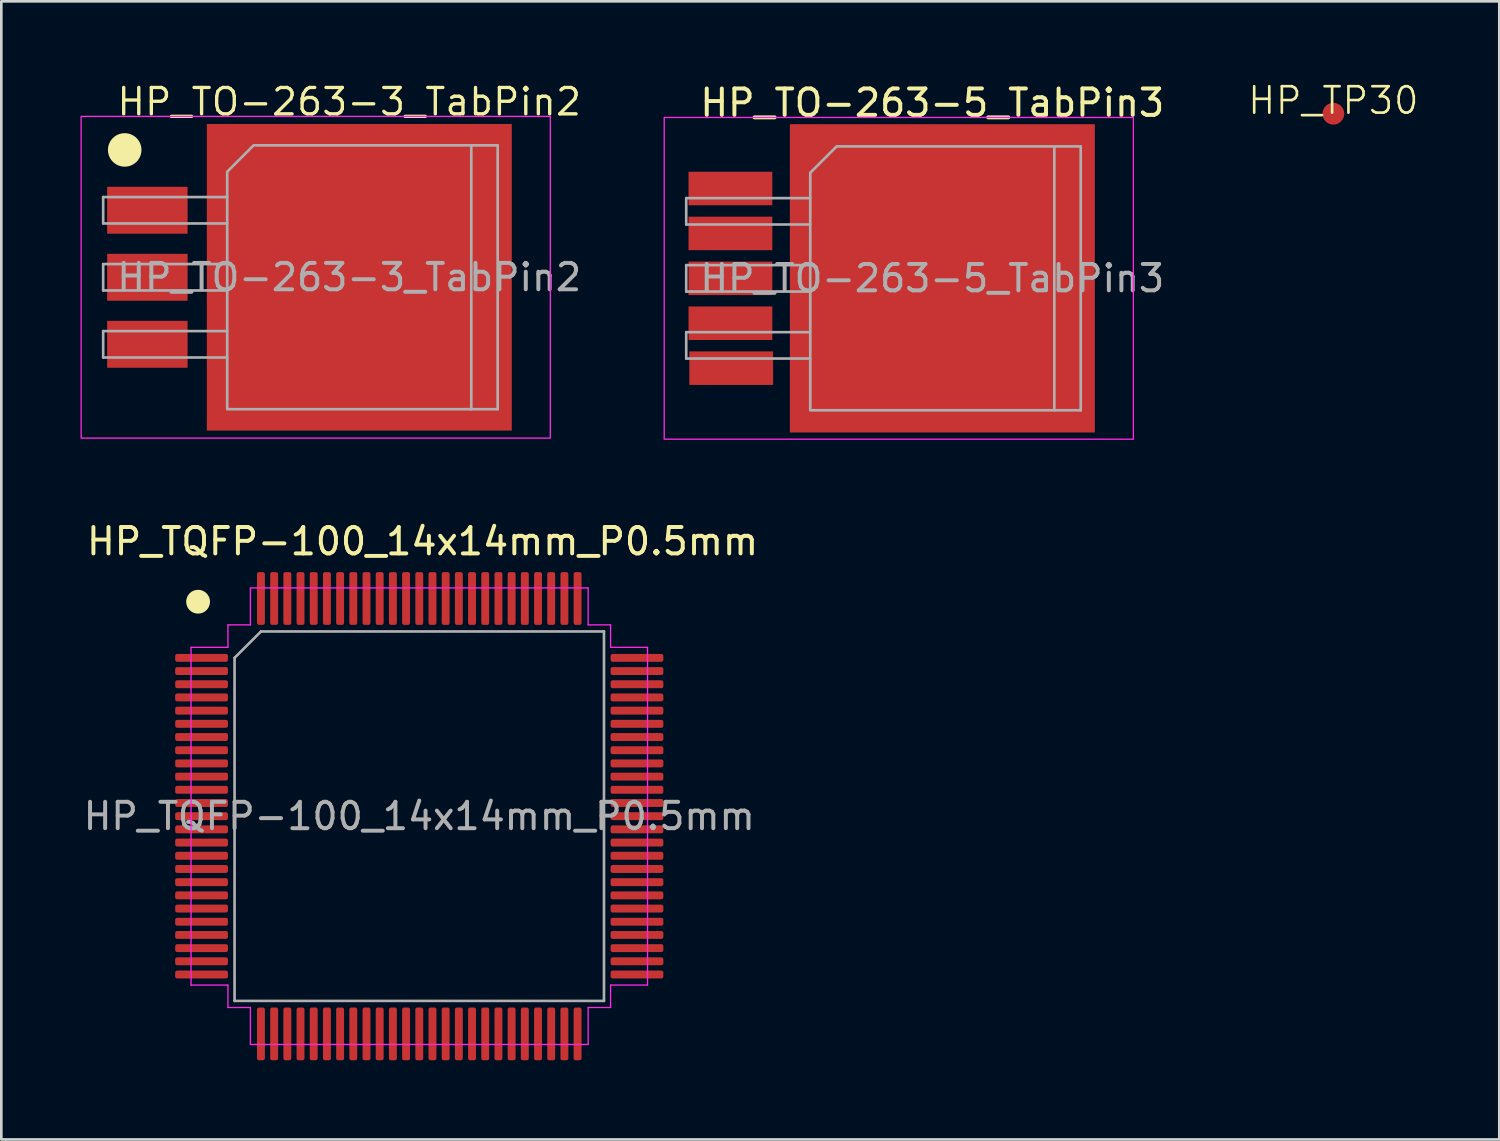
<source format=kicad_pcb>
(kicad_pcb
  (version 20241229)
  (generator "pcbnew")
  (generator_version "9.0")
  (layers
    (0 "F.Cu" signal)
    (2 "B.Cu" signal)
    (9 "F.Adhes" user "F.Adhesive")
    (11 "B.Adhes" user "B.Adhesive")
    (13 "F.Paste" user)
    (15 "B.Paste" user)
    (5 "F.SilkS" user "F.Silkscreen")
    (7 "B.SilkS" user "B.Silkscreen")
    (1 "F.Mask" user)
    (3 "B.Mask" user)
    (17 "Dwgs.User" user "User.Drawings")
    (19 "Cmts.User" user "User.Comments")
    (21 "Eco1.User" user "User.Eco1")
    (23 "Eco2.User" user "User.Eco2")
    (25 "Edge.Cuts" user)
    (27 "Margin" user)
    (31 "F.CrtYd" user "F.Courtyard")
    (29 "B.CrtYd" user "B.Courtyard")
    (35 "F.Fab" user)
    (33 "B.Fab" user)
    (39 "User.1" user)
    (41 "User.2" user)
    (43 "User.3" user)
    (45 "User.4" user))
  (footprint "HP_TQFP-100_14x14mm_P0.5mm"
    (layer "F.Cu")
    (at 12.839 27.881)
    (property "Reference" "HP_TQFP-100_14x14mm_P0.5mm" (at 0.127 -10.414 0) (layer "F.SilkS") (effects (font (size 1 1) (thickness 0.15))))
    (attr smd)
    (fp_circle (center -8.382 -8.128) (end -8.255 -7.747) (stroke (width 0.1) (type default)) (fill yes) (layer "F.SilkS"))
    (fp_line (start -8.65 -6.4) (end -8.65 0) (stroke (width 0.05) (type solid)) (layer "F.CrtYd"))
    (fp_line (start -8.65 6.4) (end -8.65 0) (stroke (width 0.05) (type solid)) (layer "F.CrtYd"))
    (fp_line (start -7.25 -7.25) (end -7.25 -6.4) (stroke (width 0.05) (type solid)) (layer "F.CrtYd"))
    (fp_line (start -7.25 -6.4) (end -8.65 -6.4) (stroke (width 0.05) (type solid)) (layer "F.CrtYd"))
    (fp_line (start -7.25 6.4) (end -8.65 6.4) (stroke (width 0.05) (type solid)) (layer "F.CrtYd"))
    (fp_line (start -7.25 7.25) (end -7.25 6.4) (stroke (width 0.05) (type solid)) (layer "F.CrtYd"))
    (fp_line (start -6.4 -8.65) (end -6.4 -7.25) (stroke (width 0.05) (type solid)) (layer "F.CrtYd"))
    (fp_line (start -6.4 -7.25) (end -7.25 -7.25) (stroke (width 0.05) (type solid)) (layer "F.CrtYd"))
    (fp_line (start -6.4 7.25) (end -7.25 7.25) (stroke (width 0.05) (type solid)) (layer "F.CrtYd"))
    (fp_line (start -6.4 8.65) (end -6.4 7.25) (stroke (width 0.05) (type solid)) (layer "F.CrtYd"))
    (fp_line (start 0 -8.65) (end -6.4 -8.65) (stroke (width 0.05) (type solid)) (layer "F.CrtYd"))
    (fp_line (start 0 -8.65) (end 6.4 -8.65) (stroke (width 0.05) (type solid)) (layer "F.CrtYd"))
    (fp_line (start 0 8.65) (end -6.4 8.65) (stroke (width 0.05) (type solid)) (layer "F.CrtYd"))
    (fp_line (start 0 8.65) (end 6.4 8.65) (stroke (width 0.05) (type solid)) (layer "F.CrtYd"))
    (fp_line (start 6.4 -8.65) (end 6.4 -7.25) (stroke (width 0.05) (type solid)) (layer "F.CrtYd"))
    (fp_line (start 6.4 -7.25) (end 7.25 -7.25) (stroke (width 0.05) (type solid)) (layer "F.CrtYd"))
    (fp_line (start 6.4 7.25) (end 7.25 7.25) (stroke (width 0.05) (type solid)) (layer "F.CrtYd"))
    (fp_line (start 6.4 8.65) (end 6.4 7.25) (stroke (width 0.05) (type solid)) (layer "F.CrtYd"))
    (fp_line (start 7.25 -7.25) (end 7.25 -6.4) (stroke (width 0.05) (type solid)) (layer "F.CrtYd"))
    (fp_line (start 7.25 -6.4) (end 8.65 -6.4) (stroke (width 0.05) (type solid)) (layer "F.CrtYd"))
    (fp_line (start 7.25 6.4) (end 8.65 6.4) (stroke (width 0.05) (type solid)) (layer "F.CrtYd"))
    (fp_line (start 7.25 7.25) (end 7.25 6.4) (stroke (width 0.05) (type solid)) (layer "F.CrtYd"))
    (fp_line (start 8.65 -6.4) (end 8.65 0) (stroke (width 0.05) (type solid)) (layer "F.CrtYd"))
    (fp_line (start 8.65 6.4) (end 8.65 0) (stroke (width 0.05) (type solid)) (layer "F.CrtYd"))
    (fp_line (start -7 -6) (end -6 -7) (stroke (width 0.1) (type solid)) (layer "F.Fab"))
    (fp_line (start -7 7) (end -7 -6) (stroke (width 0.1) (type solid)) (layer "F.Fab"))
    (fp_line (start -6 -7) (end 7 -7) (stroke (width 0.1) (type solid)) (layer "F.Fab"))
    (fp_line (start 7 -7) (end 7 7) (stroke (width 0.1) (type solid)) (layer "F.Fab"))
    (fp_line (start 7 7) (end -7 7) (stroke (width 0.1) (type solid)) (layer "F.Fab"))
    (fp_text user "${REFERENCE}" (at 0 0 0) (layer "F.Fab") (effects (font (size 1 1) (thickness 0.15))))
    (pad "1" smd roundrect (at -8.25 -6) (size 2 0.3) (layers "F.Cu" "F.Mask" "F.Paste") (roundrect_rratio 0.25))
    (pad "2" smd roundrect (at -8.25 -5.5) (size 2 0.3) (layers "F.Cu" "F.Mask" "F.Paste") (roundrect_rratio 0.25))
    (pad "3" smd roundrect (at -8.25 -5) (size 2 0.3) (layers "F.Cu" "F.Mask" "F.Paste") (roundrect_rratio 0.25))
    (pad "4" smd roundrect (at -8.25 -4.5) (size 2 0.3) (layers "F.Cu" "F.Mask" "F.Paste") (roundrect_rratio 0.25))
    (pad "5" smd roundrect (at -8.25 -4) (size 2 0.3) (layers "F.Cu" "F.Mask" "F.Paste") (roundrect_rratio 0.25))
    (pad "6" smd roundrect (at -8.25 -3.5) (size 2 0.3) (layers "F.Cu" "F.Mask" "F.Paste") (roundrect_rratio 0.25))
    (pad "7" smd roundrect (at -8.25 -3) (size 2 0.3) (layers "F.Cu" "F.Mask" "F.Paste") (roundrect_rratio 0.25))
    (pad "8" smd roundrect (at -8.25 -2.5) (size 2 0.3) (layers "F.Cu" "F.Mask" "F.Paste") (roundrect_rratio 0.25))
    (pad "9" smd roundrect (at -8.25 -2) (size 2 0.3) (layers "F.Cu" "F.Mask" "F.Paste") (roundrect_rratio 0.25))
    (pad "10" smd roundrect (at -8.25 -1.5) (size 2 0.3) (layers "F.Cu" "F.Mask" "F.Paste") (roundrect_rratio 0.25))
    (pad "11" smd roundrect (at -8.25 -1) (size 2 0.3) (layers "F.Cu" "F.Mask" "F.Paste") (roundrect_rratio 0.25))
    (pad "12" smd roundrect (at -8.25 -0.5) (size 2 0.3) (layers "F.Cu" "F.Mask" "F.Paste") (roundrect_rratio 0.25))
    (pad "13" smd roundrect (at -8.25 0) (size 2 0.3) (layers "F.Cu" "F.Mask" "F.Paste") (roundrect_rratio 0.25))
    (pad "14" smd roundrect (at -8.25 0.5) (size 2 0.3) (layers "F.Cu" "F.Mask" "F.Paste") (roundrect_rratio 0.25))
    (pad "15" smd roundrect (at -8.25 1) (size 2 0.3) (layers "F.Cu" "F.Mask" "F.Paste") (roundrect_rratio 0.25))
    (pad "16" smd roundrect (at -8.25 1.5) (size 2 0.3) (layers "F.Cu" "F.Mask" "F.Paste") (roundrect_rratio 0.25))
    (pad "17" smd roundrect (at -8.25 2) (size 2 0.3) (layers "F.Cu" "F.Mask" "F.Paste") (roundrect_rratio 0.25))
    (pad "18" smd roundrect (at -8.25 2.5) (size 2 0.3) (layers "F.Cu" "F.Mask" "F.Paste") (roundrect_rratio 0.25))
    (pad "19" smd roundrect (at -8.25 3) (size 2 0.3) (layers "F.Cu" "F.Mask" "F.Paste") (roundrect_rratio 0.25))
    (pad "20" smd roundrect (at -8.25 3.5) (size 2 0.3) (layers "F.Cu" "F.Mask" "F.Paste") (roundrect_rratio 0.25))
    (pad "21" smd roundrect (at -8.25 4) (size 2 0.3) (layers "F.Cu" "F.Mask" "F.Paste") (roundrect_rratio 0.25))
    (pad "22" smd roundrect (at -8.25 4.5) (size 2 0.3) (layers "F.Cu" "F.Mask" "F.Paste") (roundrect_rratio 0.25))
    (pad "23" smd roundrect (at -8.25 5) (size 2 0.3) (layers "F.Cu" "F.Mask" "F.Paste") (roundrect_rratio 0.25))
    (pad "24" smd roundrect (at -8.25 5.5) (size 2 0.3) (layers "F.Cu" "F.Mask" "F.Paste") (roundrect_rratio 0.25))
    (pad "25" smd roundrect (at -8.25 6) (size 2 0.3) (layers "F.Cu" "F.Mask" "F.Paste") (roundrect_rratio 0.25))
    (pad "26" smd roundrect (at -6 8.25) (size 0.3 2) (layers "F.Cu" "F.Mask" "F.Paste") (roundrect_rratio 0.25))
    (pad "27" smd roundrect (at -5.5 8.25) (size 0.3 2) (layers "F.Cu" "F.Mask" "F.Paste") (roundrect_rratio 0.25))
    (pad "28" smd roundrect (at -5 8.25) (size 0.3 2) (layers "F.Cu" "F.Mask" "F.Paste") (roundrect_rratio 0.25))
    (pad "29" smd roundrect (at -4.5 8.25) (size 0.3 2) (layers "F.Cu" "F.Mask" "F.Paste") (roundrect_rratio 0.25))
    (pad "30" smd roundrect (at -4 8.25) (size 0.3 2) (layers "F.Cu" "F.Mask" "F.Paste") (roundrect_rratio 0.25))
    (pad "31" smd roundrect (at -3.5 8.25) (size 0.3 2) (layers "F.Cu" "F.Mask" "F.Paste") (roundrect_rratio 0.25))
    (pad "32" smd roundrect (at -3 8.25) (size 0.3 2) (layers "F.Cu" "F.Mask" "F.Paste") (roundrect_rratio 0.25))
    (pad "33" smd roundrect (at -2.5 8.25) (size 0.3 2) (layers "F.Cu" "F.Mask" "F.Paste") (roundrect_rratio 0.25))
    (pad "34" smd roundrect (at -2 8.25) (size 0.3 2) (layers "F.Cu" "F.Mask" "F.Paste") (roundrect_rratio 0.25))
    (pad "35" smd roundrect (at -1.5 8.25) (size 0.3 2) (layers "F.Cu" "F.Mask" "F.Paste") (roundrect_rratio 0.25))
    (pad "36" smd roundrect (at -1 8.25) (size 0.3 2) (layers "F.Cu" "F.Mask" "F.Paste") (roundrect_rratio 0.25))
    (pad "37" smd roundrect (at -0.5 8.25) (size 0.3 2) (layers "F.Cu" "F.Mask" "F.Paste") (roundrect_rratio 0.25))
    (pad "38" smd roundrect (at 0 8.25) (size 0.3 2) (layers "F.Cu" "F.Mask" "F.Paste") (roundrect_rratio 0.25))
    (pad "39" smd roundrect (at 0.5 8.25) (size 0.3 2) (layers "F.Cu" "F.Mask" "F.Paste") (roundrect_rratio 0.25))
    (pad "40" smd roundrect (at 1 8.25) (size 0.3 2) (layers "F.Cu" "F.Mask" "F.Paste") (roundrect_rratio 0.25))
    (pad "41" smd roundrect (at 1.5 8.25) (size 0.3 2) (layers "F.Cu" "F.Mask" "F.Paste") (roundrect_rratio 0.25))
    (pad "42" smd roundrect (at 2 8.25) (size 0.3 2) (layers "F.Cu" "F.Mask" "F.Paste") (roundrect_rratio 0.25))
    (pad "43" smd roundrect (at 2.5 8.25) (size 0.3 2) (layers "F.Cu" "F.Mask" "F.Paste") (roundrect_rratio 0.25))
    (pad "44" smd roundrect (at 3 8.25) (size 0.3 2) (layers "F.Cu" "F.Mask" "F.Paste") (roundrect_rratio 0.25))
    (pad "45" smd roundrect (at 3.5 8.25) (size 0.3 2) (layers "F.Cu" "F.Mask" "F.Paste") (roundrect_rratio 0.25))
    (pad "46" smd roundrect (at 4 8.25) (size 0.3 2) (layers "F.Cu" "F.Mask" "F.Paste") (roundrect_rratio 0.25))
    (pad "47" smd roundrect (at 4.5 8.25) (size 0.3 2) (layers "F.Cu" "F.Mask" "F.Paste") (roundrect_rratio 0.25))
    (pad "48" smd roundrect (at 5 8.25) (size 0.3 2) (layers "F.Cu" "F.Mask" "F.Paste") (roundrect_rratio 0.25))
    (pad "49" smd roundrect (at 5.5 8.25) (size 0.3 2) (layers "F.Cu" "F.Mask" "F.Paste") (roundrect_rratio 0.25))
    (pad "50" smd roundrect (at 6 8.25) (size 0.3 2) (layers "F.Cu" "F.Mask" "F.Paste") (roundrect_rratio 0.25))
    (pad "51" smd roundrect (at 8.25 6) (size 2 0.3) (layers "F.Cu" "F.Mask" "F.Paste") (roundrect_rratio 0.25))
    (pad "52" smd roundrect (at 8.25 5.5) (size 2 0.3) (layers "F.Cu" "F.Mask" "F.Paste") (roundrect_rratio 0.25))
    (pad "53" smd roundrect (at 8.25 5) (size 2 0.3) (layers "F.Cu" "F.Mask" "F.Paste") (roundrect_rratio 0.25))
    (pad "54" smd roundrect (at 8.25 4.5) (size 2 0.3) (layers "F.Cu" "F.Mask" "F.Paste") (roundrect_rratio 0.25))
    (pad "55" smd roundrect (at 8.25 4) (size 2 0.3) (layers "F.Cu" "F.Mask" "F.Paste") (roundrect_rratio 0.25))
    (pad "56" smd roundrect (at 8.25 3.5) (size 2 0.3) (layers "F.Cu" "F.Mask" "F.Paste") (roundrect_rratio 0.25))
    (pad "57" smd roundrect (at 8.25 3) (size 2 0.3) (layers "F.Cu" "F.Mask" "F.Paste") (roundrect_rratio 0.25))
    (pad "58" smd roundrect (at 8.25 2.5) (size 2 0.3) (layers "F.Cu" "F.Mask" "F.Paste") (roundrect_rratio 0.25))
    (pad "59" smd roundrect (at 8.25 2) (size 2 0.3) (layers "F.Cu" "F.Mask" "F.Paste") (roundrect_rratio 0.25))
    (pad "60" smd roundrect (at 8.25 1.5) (size 2 0.3) (layers "F.Cu" "F.Mask" "F.Paste") (roundrect_rratio 0.25))
    (pad "61" smd roundrect (at 8.25 1) (size 2 0.3) (layers "F.Cu" "F.Mask" "F.Paste") (roundrect_rratio 0.25))
    (pad "62" smd roundrect (at 8.25 0.5) (size 2 0.3) (layers "F.Cu" "F.Mask" "F.Paste") (roundrect_rratio 0.25))
    (pad "63" smd roundrect (at 8.25 0) (size 2 0.3) (layers "F.Cu" "F.Mask" "F.Paste") (roundrect_rratio 0.25))
    (pad "64" smd roundrect (at 8.25 -0.5) (size 2 0.3) (layers "F.Cu" "F.Mask" "F.Paste") (roundrect_rratio 0.25))
    (pad "65" smd roundrect (at 8.25 -1) (size 2 0.3) (layers "F.Cu" "F.Mask" "F.Paste") (roundrect_rratio 0.25))
    (pad "66" smd roundrect (at 8.25 -1.5) (size 2 0.3) (layers "F.Cu" "F.Mask" "F.Paste") (roundrect_rratio 0.25))
    (pad "67" smd roundrect (at 8.25 -2) (size 2 0.3) (layers "F.Cu" "F.Mask" "F.Paste") (roundrect_rratio 0.25))
    (pad "68" smd roundrect (at 8.25 -2.5) (size 2 0.3) (layers "F.Cu" "F.Mask" "F.Paste") (roundrect_rratio 0.25))
    (pad "69" smd roundrect (at 8.25 -3) (size 2 0.3) (layers "F.Cu" "F.Mask" "F.Paste") (roundrect_rratio 0.25))
    (pad "70" smd roundrect (at 8.25 -3.5) (size 2 0.3) (layers "F.Cu" "F.Mask" "F.Paste") (roundrect_rratio 0.25))
    (pad "71" smd roundrect (at 8.25 -4) (size 2 0.3) (layers "F.Cu" "F.Mask" "F.Paste") (roundrect_rratio 0.25))
    (pad "72" smd roundrect (at 8.25 -4.5) (size 2 0.3) (layers "F.Cu" "F.Mask" "F.Paste") (roundrect_rratio 0.25))
    (pad "73" smd roundrect (at 8.25 -5) (size 2 0.3) (layers "F.Cu" "F.Mask" "F.Paste") (roundrect_rratio 0.25))
    (pad "74" smd roundrect (at 8.25 -5.5) (size 2 0.3) (layers "F.Cu" "F.Mask" "F.Paste") (roundrect_rratio 0.25))
    (pad "75" smd roundrect (at 8.25 -6) (size 2 0.3) (layers "F.Cu" "F.Mask" "F.Paste") (roundrect_rratio 0.25))
    (pad "76" smd roundrect (at 6 -8.25) (size 0.3 2) (layers "F.Cu" "F.Mask" "F.Paste") (roundrect_rratio 0.25))
    (pad "77" smd roundrect (at 5.5 -8.25) (size 0.3 2) (layers "F.Cu" "F.Mask" "F.Paste") (roundrect_rratio 0.25))
    (pad "78" smd roundrect (at 5 -8.25) (size 0.3 2) (layers "F.Cu" "F.Mask" "F.Paste") (roundrect_rratio 0.25))
    (pad "79" smd roundrect (at 4.5 -8.25) (size 0.3 2) (layers "F.Cu" "F.Mask" "F.Paste") (roundrect_rratio 0.25))
    (pad "80" smd roundrect (at 4 -8.25) (size 0.3 2) (layers "F.Cu" "F.Mask" "F.Paste") (roundrect_rratio 0.25))
    (pad "81" smd roundrect (at 3.5 -8.25) (size 0.3 2) (layers "F.Cu" "F.Mask" "F.Paste") (roundrect_rratio 0.25))
    (pad "82" smd roundrect (at 3 -8.25) (size 0.3 2) (layers "F.Cu" "F.Mask" "F.Paste") (roundrect_rratio 0.25))
    (pad "83" smd roundrect (at 2.5 -8.25) (size 0.3 2) (layers "F.Cu" "F.Mask" "F.Paste") (roundrect_rratio 0.25))
    (pad "84" smd roundrect (at 2 -8.25) (size 0.3 2) (layers "F.Cu" "F.Mask" "F.Paste") (roundrect_rratio 0.25))
    (pad "85" smd roundrect (at 1.5 -8.25) (size 0.3 2) (layers "F.Cu" "F.Mask" "F.Paste") (roundrect_rratio 0.25))
    (pad "86" smd roundrect (at 1 -8.25) (size 0.3 2) (layers "F.Cu" "F.Mask" "F.Paste") (roundrect_rratio 0.25))
    (pad "87" smd roundrect (at 0.5 -8.25) (size 0.3 2) (layers "F.Cu" "F.Mask" "F.Paste") (roundrect_rratio 0.25))
    (pad "88" smd roundrect (at 0 -8.25) (size 0.3 2) (layers "F.Cu" "F.Mask" "F.Paste") (roundrect_rratio 0.25))
    (pad "89" smd roundrect (at -0.5 -8.25) (size 0.3 2) (layers "F.Cu" "F.Mask" "F.Paste") (roundrect_rratio 0.25))
    (pad "90" smd roundrect (at -1 -8.25) (size 0.3 2) (layers "F.Cu" "F.Mask" "F.Paste") (roundrect_rratio 0.25))
    (pad "91" smd roundrect (at -1.5 -8.25) (size 0.3 2) (layers "F.Cu" "F.Mask" "F.Paste") (roundrect_rratio 0.25))
    (pad "92" smd roundrect (at -2 -8.25) (size 0.3 2) (layers "F.Cu" "F.Mask" "F.Paste") (roundrect_rratio 0.25))
    (pad "93" smd roundrect (at -2.5 -8.25) (size 0.3 2) (layers "F.Cu" "F.Mask" "F.Paste") (roundrect_rratio 0.25))
    (pad "94" smd roundrect (at -3 -8.25) (size 0.3 2) (layers "F.Cu" "F.Mask" "F.Paste") (roundrect_rratio 0.25))
    (pad "95" smd roundrect (at -3.5 -8.25) (size 0.3 2) (layers "F.Cu" "F.Mask" "F.Paste") (roundrect_rratio 0.25))
    (pad "96" smd roundrect (at -4 -8.25) (size 0.3 2) (layers "F.Cu" "F.Mask" "F.Paste") (roundrect_rratio 0.25))
    (pad "97" smd roundrect (at -4.5 -8.25) (size 0.3 2) (layers "F.Cu" "F.Mask" "F.Paste") (roundrect_rratio 0.25))
    (pad "98" smd roundrect (at -5 -8.25) (size 0.3 2) (layers "F.Cu" "F.Mask" "F.Paste") (roundrect_rratio 0.25))
    (pad "99" smd roundrect (at -5.5 -8.25) (size 0.3 2) (layers "F.Cu" "F.Mask" "F.Paste") (roundrect_rratio 0.25))
    (pad "100" smd roundrect (at -6 -8.25) (size 0.3 2) (layers "F.Cu" "F.Mask" "F.Paste") (roundrect_rratio 0.25)))
  (footprint "HP_TO-263-3_TabPin2"
    (layer "F.Cu")
    (at 10.185 7.458)
    (property "Reference" "HP_TO-263-3_TabPin2" (at 0 -6.65 0) (layer "F.SilkS") (effects (font (size 1 1) (thickness 0.127))))
    (attr smd)
    (fp_circle (center -8.509 -4.826) (end -7.924 -4.826) (stroke (width 0.1) (type default)) (fill yes) (layer "F.SilkS"))
    (fp_rect (start -10.16 -6.096) (end 7.62 6.096) (stroke (width 0.05) (type solid)) (fill no) (layer "F.CrtYd"))
    (fp_line (start -9.325 -3.04) (end -9.325 -2.04) (stroke (width 0.1) (type solid)) (layer "F.Fab"))
    (fp_line (start -9.325 -2.04) (end -4.625 -2.04) (stroke (width 0.1) (type solid)) (layer "F.Fab"))
    (fp_line (start -9.325 -0.5) (end -9.325 0.5) (stroke (width 0.1) (type solid)) (layer "F.Fab"))
    (fp_line (start -9.325 0.5) (end -4.625 0.5) (stroke (width 0.1) (type solid)) (layer "F.Fab"))
    (fp_line (start -9.325 2.04) (end -9.325 3.04) (stroke (width 0.1) (type solid)) (layer "F.Fab"))
    (fp_line (start -9.325 3.04) (end -4.625 3.04) (stroke (width 0.1) (type solid)) (layer "F.Fab"))
    (fp_line (start -4.625 -3.04) (end -9.325 -3.04) (stroke (width 0.1) (type solid)) (layer "F.Fab"))
    (fp_line (start -4.625 -0.5) (end -9.325 -0.5) (stroke (width 0.1) (type solid)) (layer "F.Fab"))
    (fp_line (start -4.625 2.04) (end -9.325 2.04) (stroke (width 0.1) (type solid)) (layer "F.Fab"))
    (fp_line (start 4.625 -5) (end 5.625 -5) (stroke (width 0.1) (type solid)) (layer "F.Fab"))
    (fp_line (start 5.625 -5) (end 5.625 5) (stroke (width 0.1) (type solid)) (layer "F.Fab"))
    (fp_line (start 5.625 5) (end 4.625 5) (stroke (width 0.1) (type solid)) (layer "F.Fab"))
    (fp_poly (pts (xy 4.625 -5) (xy 4.625 5) (xy -4.625 5) (xy -4.625 -4) (xy -3.625 -5)) (stroke (width 0.1) (type solid)) (fill no) (layer "F.Fab"))
    (fp_text user "${REFERENCE}" (at 0 0 0) (layer "F.Fab") (effects (font (size 1 1) (thickness 0.15))))
    (pad "" smd roundrect (at -2.056 -2.756) (size 4.55 5.25) (layers "F.Paste") (roundrect_rratio 0.055))
    (pad "" smd roundrect (at -2.056 2.794) (size 4.55 5.25) (layers "F.Paste") (roundrect_rratio 0.055))
    (pad "" smd roundrect (at 2.794 -2.756) (size 4.55 5.25) (layers "F.Paste") (roundrect_rratio 0.055))
    (pad "" smd roundrect (at 2.794 2.794) (size 4.55 5.25) (layers "F.Paste") (roundrect_rratio 0.055))
    (pad "1" smd rect (at -7.65 -2.54) (size 3.048 1.778) (layers "F.Cu" "F.Mask" "F.Paste"))
    (pad "2" smd rect (at -7.65 0) (size 3.048 1.778) (layers "F.Cu" "F.Mask" "F.Paste"))
    (pad "2" smd rect (at 0.381 0) (size 11.557 11.62) (layers "F.Cu" "F.Mask"))
    (pad "3" smd rect (at -7.65 2.54) (size 3.048 1.778) (layers "F.Cu" "F.Mask" "F.Paste")))
  (footprint "HP_TP30"
    (layer "F.Cu")
    (at 47.48 1.26)
    (property "Reference" "HP_TP30" (at 0 -0.5 0) (unlocked yes) (layer "F.SilkS") (effects (font (size 1 1) (thickness 0.1))))
    (attr smd)
    (pad "1" smd circle (at 0 0) (size 0.826 0.826) (layers "F.Cu" "F.Mask" "F.Paste")))
  (footprint "HP_TO-263-5_TabPin3"
    (layer "F.Cu")
    (at 32.281 7.498)
    (property "Reference" "HP_TO-263-5_TabPin3" (at 0 -6.65 0) (layer "F.SilkS") (effects (font (size 1 1) (thickness 0.15))))
    (attr smd)
    (fp_rect (start -10.16 -6.096) (end 7.62 6.096) (stroke (width 0.05) (type solid)) (fill no) (layer "F.CrtYd"))
    (fp_line (start -9.325 -3.04) (end -9.325 -2.04) (stroke (width 0.1) (type solid)) (layer "F.Fab"))
    (fp_line (start -9.325 -2.04) (end -4.625 -2.04) (stroke (width 0.1) (type solid)) (layer "F.Fab"))
    (fp_line (start -9.325 -0.5) (end -9.325 0.5) (stroke (width 0.1) (type solid)) (layer "F.Fab"))
    (fp_line (start -9.325 0.5) (end -4.625 0.5) (stroke (width 0.1) (type solid)) (layer "F.Fab"))
    (fp_line (start -9.325 2.04) (end -9.325 3.04) (stroke (width 0.1) (type solid)) (layer "F.Fab"))
    (fp_line (start -9.325 3.04) (end -4.625 3.04) (stroke (width 0.1) (type solid)) (layer "F.Fab"))
    (fp_line (start -4.625 -3.04) (end -9.325 -3.04) (stroke (width 0.1) (type solid)) (layer "F.Fab"))
    (fp_line (start -4.625 -0.5) (end -9.325 -0.5) (stroke (width 0.1) (type solid)) (layer "F.Fab"))
    (fp_line (start -4.625 2.04) (end -9.325 2.04) (stroke (width 0.1) (type solid)) (layer "F.Fab"))
    (fp_line (start 4.625 -5) (end 5.625 -5) (stroke (width 0.1) (type solid)) (layer "F.Fab"))
    (fp_line (start 5.625 -5) (end 5.625 5) (stroke (width 0.1) (type solid)) (layer "F.Fab"))
    (fp_line (start 5.625 5) (end 4.625 5) (stroke (width 0.1) (type solid)) (layer "F.Fab"))
    (fp_poly (pts (xy 4.625 -5) (xy 4.625 5) (xy -4.625 5) (xy -4.625 -4) (xy -3.625 -5)) (stroke (width 0.1) (type solid)) (fill no) (layer "F.Fab"))
    (fp_text user "${REFERENCE}" (at 0 0 0) (layer "F.Fab") (effects (font (size 1 1) (thickness 0.15))))
    (pad "" smd roundrect (at -2.056 -2.756) (size 4.55 5.25) (layers "F.Paste") (roundrect_rratio 0.055))
    (pad "" smd roundrect (at -2.056 2.794) (size 4.55 5.25) (layers "F.Paste") (roundrect_rratio 0.055))
    (pad "" smd roundrect (at 2.794 -2.756) (size 4.55 5.25) (layers "F.Paste") (roundrect_rratio 0.055))
    (pad "" smd roundrect (at 2.794 2.794) (size 4.55 5.25) (layers "F.Paste") (roundrect_rratio 0.055))
    (pad "1" smd rect (at -7.65 -3.404) (size 3.175 1.27) (layers "F.Cu" "F.Mask" "F.Paste"))
    (pad "2" smd rect (at -7.65 -1.702) (size 3.175 1.27) (layers "F.Cu" "F.Mask" "F.Paste"))
    (pad "3" smd rect (at -7.65 0) (size 3.175 1.27) (layers "F.Cu" "F.Mask" "F.Paste"))
    (pad "3" smd rect (at 0.381 0) (size 11.557 11.684) (layers "F.Cu" "F.Mask"))
    (pad "4" smd rect (at -7.65 1.702) (size 3.175 1.27) (layers "F.Cu" "F.Mask" "F.Paste"))
    (pad "5" smd rect (at -7.62 3.404) (size 3.175 1.27) (layers "F.Cu" "F.Mask" "F.Paste")))
  (gr_rect
    (start -3 -3)
    (end 53.768 40.132)
    (stroke (width 0.1) (type default))
    (fill no)
    (layer "Edge.Cuts")))
</source>
